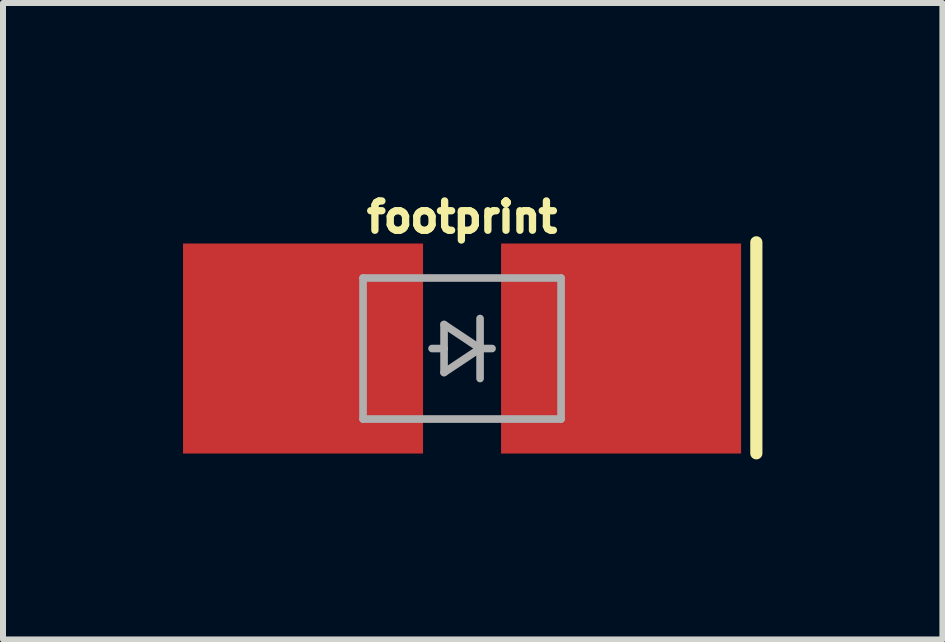
<source format=kicad_pcb>
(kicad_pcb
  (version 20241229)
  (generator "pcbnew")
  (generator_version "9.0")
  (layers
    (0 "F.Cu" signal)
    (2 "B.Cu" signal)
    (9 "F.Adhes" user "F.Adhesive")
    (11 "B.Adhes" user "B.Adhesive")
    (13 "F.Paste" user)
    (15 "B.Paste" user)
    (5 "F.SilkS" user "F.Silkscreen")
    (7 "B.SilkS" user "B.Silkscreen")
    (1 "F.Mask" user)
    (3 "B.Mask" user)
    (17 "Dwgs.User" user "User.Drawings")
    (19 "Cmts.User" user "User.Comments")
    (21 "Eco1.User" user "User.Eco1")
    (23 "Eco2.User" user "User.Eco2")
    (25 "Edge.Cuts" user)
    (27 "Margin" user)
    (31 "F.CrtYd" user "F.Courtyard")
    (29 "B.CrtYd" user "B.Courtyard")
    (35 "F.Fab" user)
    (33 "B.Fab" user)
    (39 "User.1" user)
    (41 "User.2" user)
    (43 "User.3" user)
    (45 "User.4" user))
  (footprint "footprint"
    (layer "F.Cu")
    (at 4.65 2.758)
    (property "Reference" "footprint" (at 0 -1.905 0) (layer "F.SilkS") (effects (font (size 0.488 0.488) (thickness 0.122)) (justify bottom)))
    (fp_poly (pts (xy -0.65 1.2) (xy -0.65 -1.2) (xy -2 -1.2) (xy -2 1.2)) (stroke (width 0) (type solid)) (fill yes) (layer "F.Mask"))
    (fp_poly (pts (xy 0.65 -1.2) (xy 0.65 1.2) (xy 2 1.2) (xy 2 -1.2)) (stroke (width 0) (type solid)) (fill yes) (layer "F.Mask"))
    (fp_line (start 4.904 -1.77) (end 4.904 1.746) (stroke (width 0.203) (type solid)) (layer "F.SilkS"))
    (fp_poly (pts (xy -0.65 1.2) (xy -0.65 -1.2) (xy -2 -1.2) (xy -2 1.2)) (stroke (width 0) (type solid)) (fill yes) (layer "F.Paste"))
    (fp_poly (pts (xy 0.65 -1.2) (xy 0.65 1.2) (xy 2 1.2) (xy 2 -1.2)) (stroke (width 0) (type solid)) (fill yes) (layer "F.Paste"))
    (fp_line (start -1.65 -1.175) (end -1.65 1.175) (stroke (width 0.127) (type solid)) (layer "F.Fab"))
    (fp_line (start -1.65 1.175) (end 1.65 1.175) (stroke (width 0.127) (type solid)) (layer "F.Fab"))
    (fp_line (start -0.3 -0.4) (end -0.3 0) (stroke (width 0.127) (type solid)) (layer "F.Fab"))
    (fp_line (start -0.3 0) (end -0.5 0) (stroke (width 0.127) (type solid)) (layer "F.Fab"))
    (fp_line (start -0.3 0) (end -0.3 0.4) (stroke (width 0.127) (type solid)) (layer "F.Fab"))
    (fp_line (start -0.3 0.4) (end 0.3 0) (stroke (width 0.127) (type solid)) (layer "F.Fab"))
    (fp_line (start 0.3 -0.5) (end 0.3 0) (stroke (width 0.127) (type solid)) (layer "F.Fab"))
    (fp_line (start 0.3 0) (end -0.3 -0.4) (stroke (width 0.127) (type solid)) (layer "F.Fab"))
    (fp_line (start 0.3 0) (end 0.3 0.5) (stroke (width 0.127) (type solid)) (layer "F.Fab"))
    (fp_line (start 0.5 0) (end 0.3 0) (stroke (width 0.127) (type solid)) (layer "F.Fab"))
    (fp_line (start 1.65 -1.175) (end -1.65 -1.175) (stroke (width 0.127) (type solid)) (layer "F.Fab"))
    (fp_line (start 1.65 1.175) (end 1.65 -1.175) (stroke (width 0.127) (type solid)) (layer "F.Fab"))
    (pad "A" smd rect (at -2.65 0 90) (size 3.5 4) (layers "F.Cu"))
    (pad "C" smd rect (at 2.65 0 270) (size 3.5 4) (layers "F.Cu")))
  (gr_rect
    (start -3 -3)
    (end 12.655 7.606)
    (stroke (width 0.1) (type default))
    (fill no)
    (layer "Edge.Cuts")))
</source>
